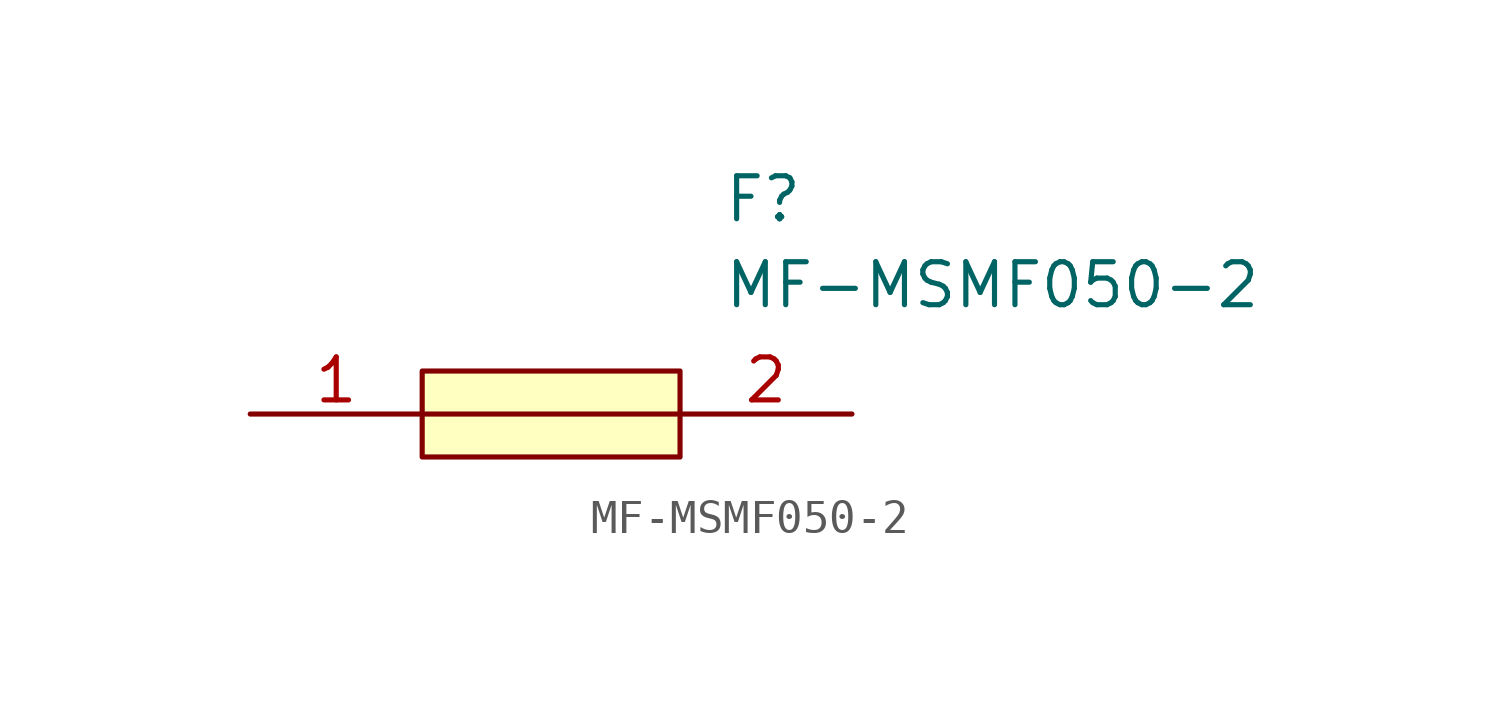
<source format=kicad_sym>
(kicad_symbol_lib
  (version 20211014)
  (generator kicad_symbol_editor)
  (symbol "MF-MSMF050-2"
    (pin_names
      (offset 0.762))
    (property "Reference" "F"
      (at 13.97 6.35 0)
      (effects (font (size 1.27 1.27)) (justify left)))
    (property "Value" "MF-MSMF050-2"
      (at 13.97 3.81 0)
      (effects (font (size 1.27 1.27)) (justify left)))
    (symbol "MF-MSMF050-2_0_0"
      (pin passive line (at 0 0 0) (length 5.08) (name "~" (effects (font (size 1.27 1.27)))) (number "1" (effects (font (size 1.27 1.27)))))
      (pin passive line (at 17.78 0 180) (length 5.08) (name "~" (effects (font (size 1.27 1.27)))) (number "2" (effects (font (size 1.27 1.27))))))
    (symbol "MF-MSMF050-2_0_1"
      (polyline (pts (xy 5.08 0) (xy 12.7 0)) (stroke (width 0.152) (type default) (color 0 0 0 0)) (fill (type none)))
      (polyline (pts (xy 5.08 1.27) (xy 12.7 1.27) (xy 12.7 -1.27) (xy 5.08 -1.27) (xy 5.08 1.27)) (stroke (width 0.152) (type default) (color 0 0 0 0)) (fill (type background))))))
</source>
